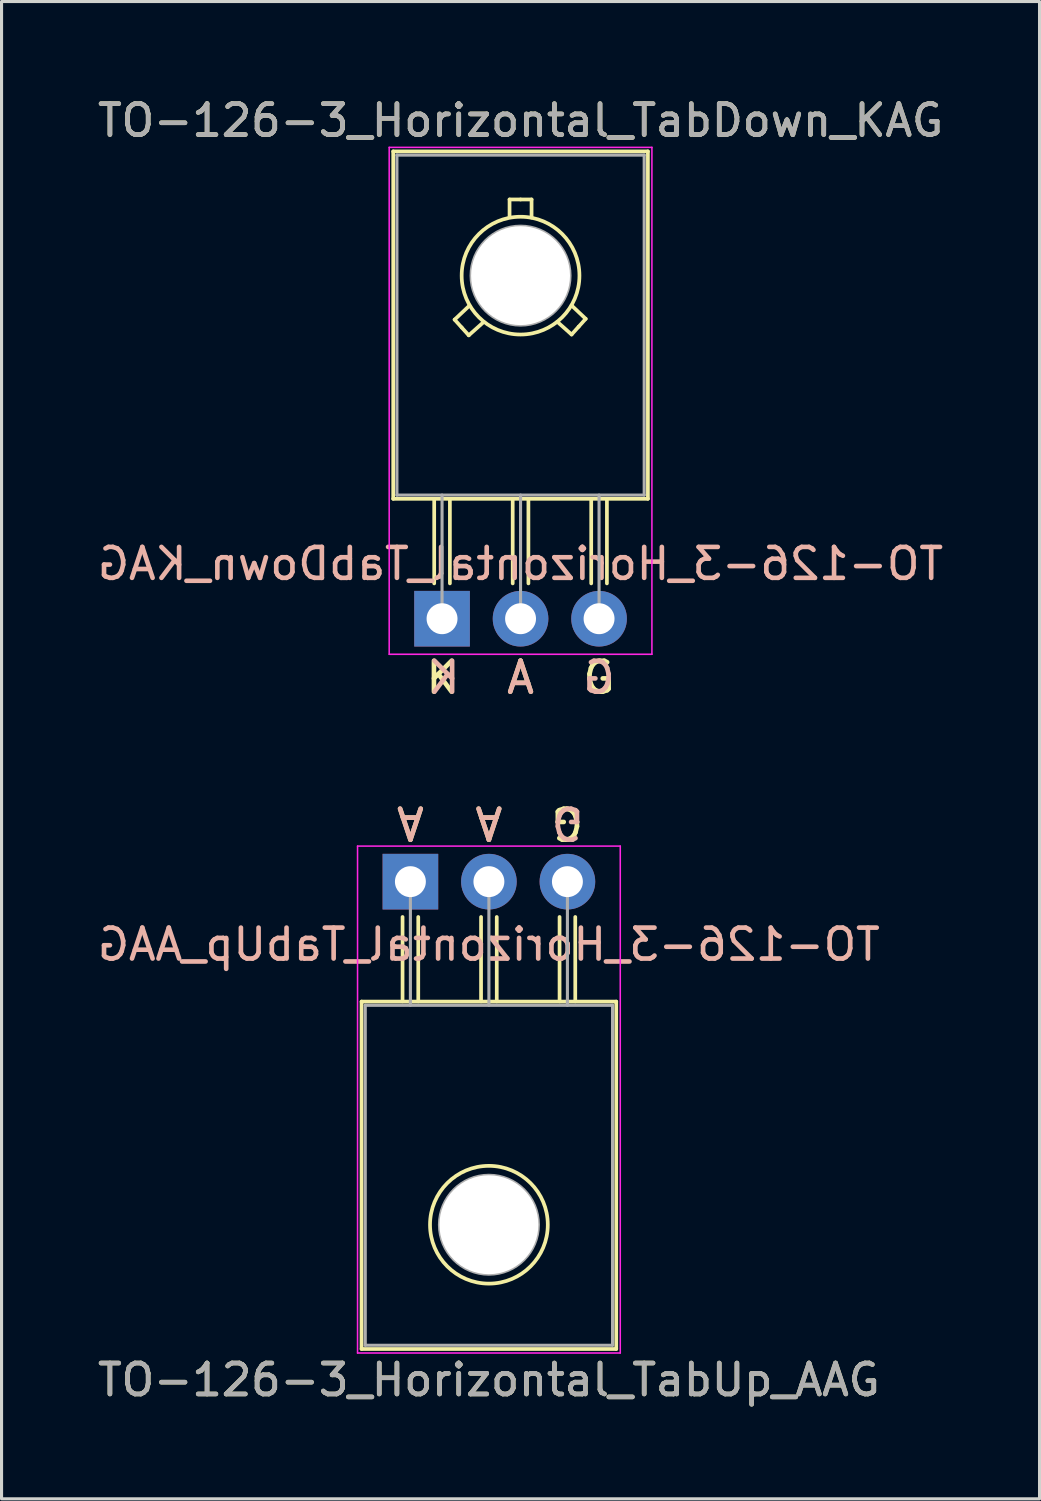
<source format=kicad_pcb>
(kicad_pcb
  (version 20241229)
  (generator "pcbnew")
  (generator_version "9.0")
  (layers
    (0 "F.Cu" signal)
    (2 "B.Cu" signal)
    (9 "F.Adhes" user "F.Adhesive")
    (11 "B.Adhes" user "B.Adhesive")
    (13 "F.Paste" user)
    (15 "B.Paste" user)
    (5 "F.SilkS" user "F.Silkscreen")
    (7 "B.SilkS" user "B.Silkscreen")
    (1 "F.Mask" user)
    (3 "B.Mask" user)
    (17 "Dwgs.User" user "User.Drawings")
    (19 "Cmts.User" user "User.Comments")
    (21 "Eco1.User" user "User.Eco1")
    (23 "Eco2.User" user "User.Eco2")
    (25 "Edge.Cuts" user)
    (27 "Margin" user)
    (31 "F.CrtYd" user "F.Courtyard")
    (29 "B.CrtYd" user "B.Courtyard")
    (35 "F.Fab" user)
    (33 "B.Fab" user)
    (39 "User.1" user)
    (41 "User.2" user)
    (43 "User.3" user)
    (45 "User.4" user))
  (footprint "TO-126-3_Horizontal_TabDown_KAG"
    (layer "F.Cu")
    (at 11.252 16.968)
    (property "Reference" "TO-126-3_Horizontal_TabDown_KAG" (at 2.54 -16.12 0) (layer "F.SilkS") (effects (font (size 1 1) (thickness 0.15))))
    (fp_line (start -1.58 -15.12) (end -1.58 -3.88) (stroke (width 0.12) (type solid)) (layer "F.SilkS"))
    (fp_line (start -1.58 -15.12) (end 6.66 -15.12) (stroke (width 0.12) (type solid)) (layer "F.SilkS"))
    (fp_line (start -1.58 -3.88) (end 6.66 -3.88) (stroke (width 0.12) (type solid)) (layer "F.SilkS"))
    (fp_line (start -0.254 -1.143) (end -0.254 -3.873) (stroke (width 0.12) (type solid)) (layer "F.SilkS"))
    (fp_line (start 0.254 -3.873) (end 0.254 -1.143) (stroke (width 0.12) (type solid)) (layer "F.SilkS"))
    (fp_line (start 0.406 -9.677) (end 0.864 -10.109) (stroke (width 0.12) (type solid)) (layer "F.SilkS"))
    (fp_line (start 0.635 -9.423) (end 0.406 -9.677) (stroke (width 0.12) (type solid)) (layer "F.SilkS"))
    (fp_line (start 0.864 -9.169) (end 0.635 -9.423) (stroke (width 0.12) (type solid)) (layer "F.SilkS"))
    (fp_line (start 0.864 -9.169) (end 1.321 -9.576) (stroke (width 0.12) (type solid)) (layer "F.SilkS"))
    (fp_line (start 2.184 -13.564) (end 2.184 -13.005) (stroke (width 0.12) (type solid)) (layer "F.SilkS"))
    (fp_line (start 2.184 -13.564) (end 2.54 -13.564) (stroke (width 0.12) (type solid)) (layer "F.SilkS"))
    (fp_line (start 2.286 -1.143) (end 2.286 -3.873) (stroke (width 0.12) (type solid)) (layer "F.SilkS"))
    (fp_line (start 2.54 -13.564) (end 2.896 -13.564) (stroke (width 0.12) (type solid)) (layer "F.SilkS"))
    (fp_line (start 2.794 -3.873) (end 2.794 -1.143) (stroke (width 0.12) (type solid)) (layer "F.SilkS"))
    (fp_line (start 2.896 -13.564) (end 2.896 -12.979) (stroke (width 0.12) (type solid)) (layer "F.SilkS"))
    (fp_line (start 4.191 -9.195) (end 3.734 -9.601) (stroke (width 0.12) (type solid)) (layer "F.SilkS"))
    (fp_line (start 4.191 -9.195) (end 4.42 -9.449) (stroke (width 0.12) (type solid)) (layer "F.SilkS"))
    (fp_line (start 4.42 -9.449) (end 4.648 -9.703) (stroke (width 0.12) (type solid)) (layer "F.SilkS"))
    (fp_line (start 4.648 -9.703) (end 4.191 -10.135) (stroke (width 0.12) (type solid)) (layer "F.SilkS"))
    (fp_line (start 4.826 -1.143) (end 4.826 -3.873) (stroke (width 0.12) (type solid)) (layer "F.SilkS"))
    (fp_line (start 5.334 -3.873) (end 5.334 -1.143) (stroke (width 0.12) (type solid)) (layer "F.SilkS"))
    (fp_line (start 6.66 -15.12) (end 6.66 -3.88) (stroke (width 0.12) (type solid)) (layer "F.SilkS"))
    (fp_circle (center 2.54 -11.1) (end 4.445 -11.125) (stroke (width 0.12) (type solid)) (fill no) (layer "F.SilkS"))
    (fp_line (start -1.71 -15.25) (end -1.71 1.15) (stroke (width 0.05) (type solid)) (layer "F.CrtYd"))
    (fp_line (start -1.71 1.15) (end 6.79 1.15) (stroke (width 0.05) (type solid)) (layer "F.CrtYd"))
    (fp_line (start 6.79 -15.25) (end -1.71 -15.25) (stroke (width 0.05) (type solid)) (layer "F.CrtYd"))
    (fp_line (start 6.79 1.15) (end 6.79 -15.25) (stroke (width 0.05) (type solid)) (layer "F.CrtYd"))
    (fp_line (start -1.46 -15) (end 6.54 -15) (stroke (width 0.1) (type solid)) (layer "F.Fab"))
    (fp_line (start -1.46 -4) (end -1.46 -15) (stroke (width 0.1) (type solid)) (layer "F.Fab"))
    (fp_line (start 0 -4) (end 0 0) (stroke (width 0.1) (type solid)) (layer "F.Fab"))
    (fp_line (start 2.54 -4) (end 2.54 0) (stroke (width 0.1) (type solid)) (layer "F.Fab"))
    (fp_line (start 5.08 -4) (end 5.08 0) (stroke (width 0.1) (type solid)) (layer "F.Fab"))
    (fp_line (start 6.54 -15) (end 6.54 -4) (stroke (width 0.1) (type solid)) (layer "F.Fab"))
    (fp_line (start 6.54 -4) (end -1.46 -4) (stroke (width 0.1) (type solid)) (layer "F.Fab"))
    (fp_circle (center 2.54 -11.1) (end 4.14 -11.1) (stroke (width 0.1) (type solid)) (fill no) (layer "F.Fab"))
    (fp_text user "G" (at 5.08 1.905 0) (unlocked yes) (layer "F.SilkS") (effects (font (size 1 1) (thickness 0.15))))
    (fp_text user "A" (at 2.54 1.905 0) (unlocked yes) (layer "F.SilkS") (effects (font (size 1 1) (thickness 0.15))))
    (fp_text user "K" (at 0 1.905 0) (unlocked yes) (layer "F.SilkS") (effects (font (size 1 1) (thickness 0.15))))
    (fp_text user "A" (at 2.54 1.905 0) (unlocked yes) (layer "B.SilkS") (effects (font (size 1 1) (thickness 0.15)) (justify mirror)))
    (fp_text user "K" (at 0.064 1.905 0) (unlocked yes) (layer "B.SilkS") (effects (font (size 1 1) (thickness 0.15)) (justify mirror)))
    (fp_text user "${REFERENCE}" (at 2.54 -1.778 0) (layer "B.SilkS") (effects (font (size 1 1) (thickness 0.15)) (justify mirror)))
    (fp_text user "G" (at 5.08 1.905 0) (unlocked yes) (layer "B.SilkS") (effects (font (size 1 1) (thickness 0.15)) (justify mirror)))
    (fp_text user "${REFERENCE}" (at 2.54 -16.12 0) (layer "F.Fab") (effects (font (size 1 1) (thickness 0.15))))
    (pad "" np_thru_hole oval (at 2.54 -11.1) (size 3.2 3.2) (drill 3.2) (layers "*.Cu" "*.Mask"))
    (pad "1" thru_hole rect (at 0 0) (size 1.8 1.8) (drill 1) (layers "*.Cu" "*.Mask"))
    (pad "2" thru_hole oval (at 2.54 0) (size 1.8 1.8) (drill 1) (layers "*.Cu" "*.Mask"))
    (pad "3" thru_hole oval (at 5.08 0) (size 1.8 1.8) (drill 1) (layers "*.Cu" "*.Mask")))
  (footprint "TO-126-3_Horizontal_TabUp_AAG"
    (layer "F.Cu")
    (at 10.228 25.475)
    (property "Reference" "TO-126-3_Horizontal_TabUp_AAG" (at 2.54 16.12 0) (layer "F.SilkS") (effects (font (size 1 1) (thickness 0.15))))
    (fp_line (start -1.58 3.88) (end -1.58 15.12) (stroke (width 0.12) (type solid)) (layer "F.SilkS"))
    (fp_line (start -1.58 3.88) (end 6.66 3.88) (stroke (width 0.12) (type solid)) (layer "F.SilkS"))
    (fp_line (start -1.58 15.12) (end 6.66 15.12) (stroke (width 0.12) (type solid)) (layer "F.SilkS"))
    (fp_line (start -0.254 3.873) (end -0.254 1.143) (stroke (width 0.12) (type solid)) (layer "F.SilkS"))
    (fp_line (start 0.254 1.143) (end 0.254 3.873) (stroke (width 0.12) (type solid)) (layer "F.SilkS"))
    (fp_line (start 2.286 3.873) (end 2.286 1.143) (stroke (width 0.12) (type solid)) (layer "F.SilkS"))
    (fp_line (start 2.794 1.143) (end 2.794 3.873) (stroke (width 0.12) (type solid)) (layer "F.SilkS"))
    (fp_line (start 4.826 3.873) (end 4.826 1.143) (stroke (width 0.12) (type solid)) (layer "F.SilkS"))
    (fp_line (start 5.334 1.143) (end 5.334 3.873) (stroke (width 0.12) (type solid)) (layer "F.SilkS"))
    (fp_line (start 6.66 3.88) (end 6.66 15.12) (stroke (width 0.12) (type solid)) (layer "F.SilkS"))
    (fp_circle (center 2.54 11.1) (end 0.635 11.125) (stroke (width 0.12) (type solid)) (fill no) (layer "F.SilkS"))
    (fp_line (start -1.71 -1.15) (end -1.71 15.25) (stroke (width 0.05) (type solid)) (layer "F.CrtYd"))
    (fp_line (start -1.71 15.25) (end 6.79 15.25) (stroke (width 0.05) (type solid)) (layer "F.CrtYd"))
    (fp_line (start 6.79 -1.15) (end -1.71 -1.15) (stroke (width 0.05) (type solid)) (layer "F.CrtYd"))
    (fp_line (start 6.79 15.25) (end 6.79 -1.15) (stroke (width 0.05) (type solid)) (layer "F.CrtYd"))
    (fp_line (start -1.46 4) (end -1.46 15) (stroke (width 0.1) (type solid)) (layer "F.Fab"))
    (fp_line (start -1.46 15) (end 6.54 15) (stroke (width 0.1) (type solid)) (layer "F.Fab"))
    (fp_line (start 0 4) (end 0 0) (stroke (width 0.1) (type solid)) (layer "F.Fab"))
    (fp_line (start 2.54 4) (end 2.54 0) (stroke (width 0.1) (type solid)) (layer "F.Fab"))
    (fp_line (start 5.08 4) (end 5.08 0) (stroke (width 0.1) (type solid)) (layer "F.Fab"))
    (fp_line (start 6.54 4) (end -1.46 4) (stroke (width 0.1) (type solid)) (layer "F.Fab"))
    (fp_line (start 6.54 15) (end 6.54 4) (stroke (width 0.1) (type solid)) (layer "F.Fab"))
    (fp_circle (center 2.54 11.1) (end 4.14 11.1) (stroke (width 0.1) (type solid)) (fill no) (layer "F.Fab"))
    (fp_text user "G" (at 5.08 -1.905 180) (unlocked yes) (layer "F.SilkS") (effects (font (size 1 1) (thickness 0.15))))
    (fp_text user "A" (at 0 -1.905 180) (unlocked yes) (layer "F.SilkS") (effects (font (size 1 1) (thickness 0.15))))
    (fp_text user "A" (at 2.54 -1.905 180) (unlocked yes) (layer "F.SilkS") (effects (font (size 1 1) (thickness 0.15))))
    (fp_text user "${REFERENCE}" (at 2.54 2.032 0) (layer "B.SilkS") (effects (font (size 1 1) (thickness 0.15)) (justify mirror)))
    (fp_text user "G" (at 5.08 -1.905 180) (unlocked yes) (layer "B.SilkS") (effects (font (size 1 1) (thickness 0.15)) (justify mirror)))
    (fp_text user "A" (at 0 -1.905 180) (unlocked yes) (layer "B.SilkS") (effects (font (size 1 1) (thickness 0.15)) (justify mirror)))
    (fp_text user "A" (at 2.54 -1.905 180) (unlocked yes) (layer "B.SilkS") (effects (font (size 1 1) (thickness 0.15)) (justify mirror)))
    (fp_text user "${REFERENCE}" (at 2.54 16.12 0) (layer "F.Fab") (effects (font (size 1 1) (thickness 0.15))))
    (pad "" np_thru_hole oval (at 2.54 11.1) (size 3.2 3.2) (drill 3.2) (layers "*.Cu" "*.Mask"))
    (pad "1" thru_hole rect (at 0 0) (size 1.8 1.8) (drill 1) (layers "*.Cu" "*.Mask"))
    (pad "2" thru_hole oval (at 2.54 0) (size 1.8 1.8) (drill 1) (layers "*.Cu" "*.Mask"))
    (pad "3" thru_hole oval (at 5.08 0) (size 1.8 1.8) (drill 1) (layers "*.Cu" "*.Mask")))
  (gr_rect
    (start -3 -3)
    (end 30.583 45.443)
    (stroke (width 0.1) (type default))
    (fill no)
    (layer "Edge.Cuts")))
</source>
